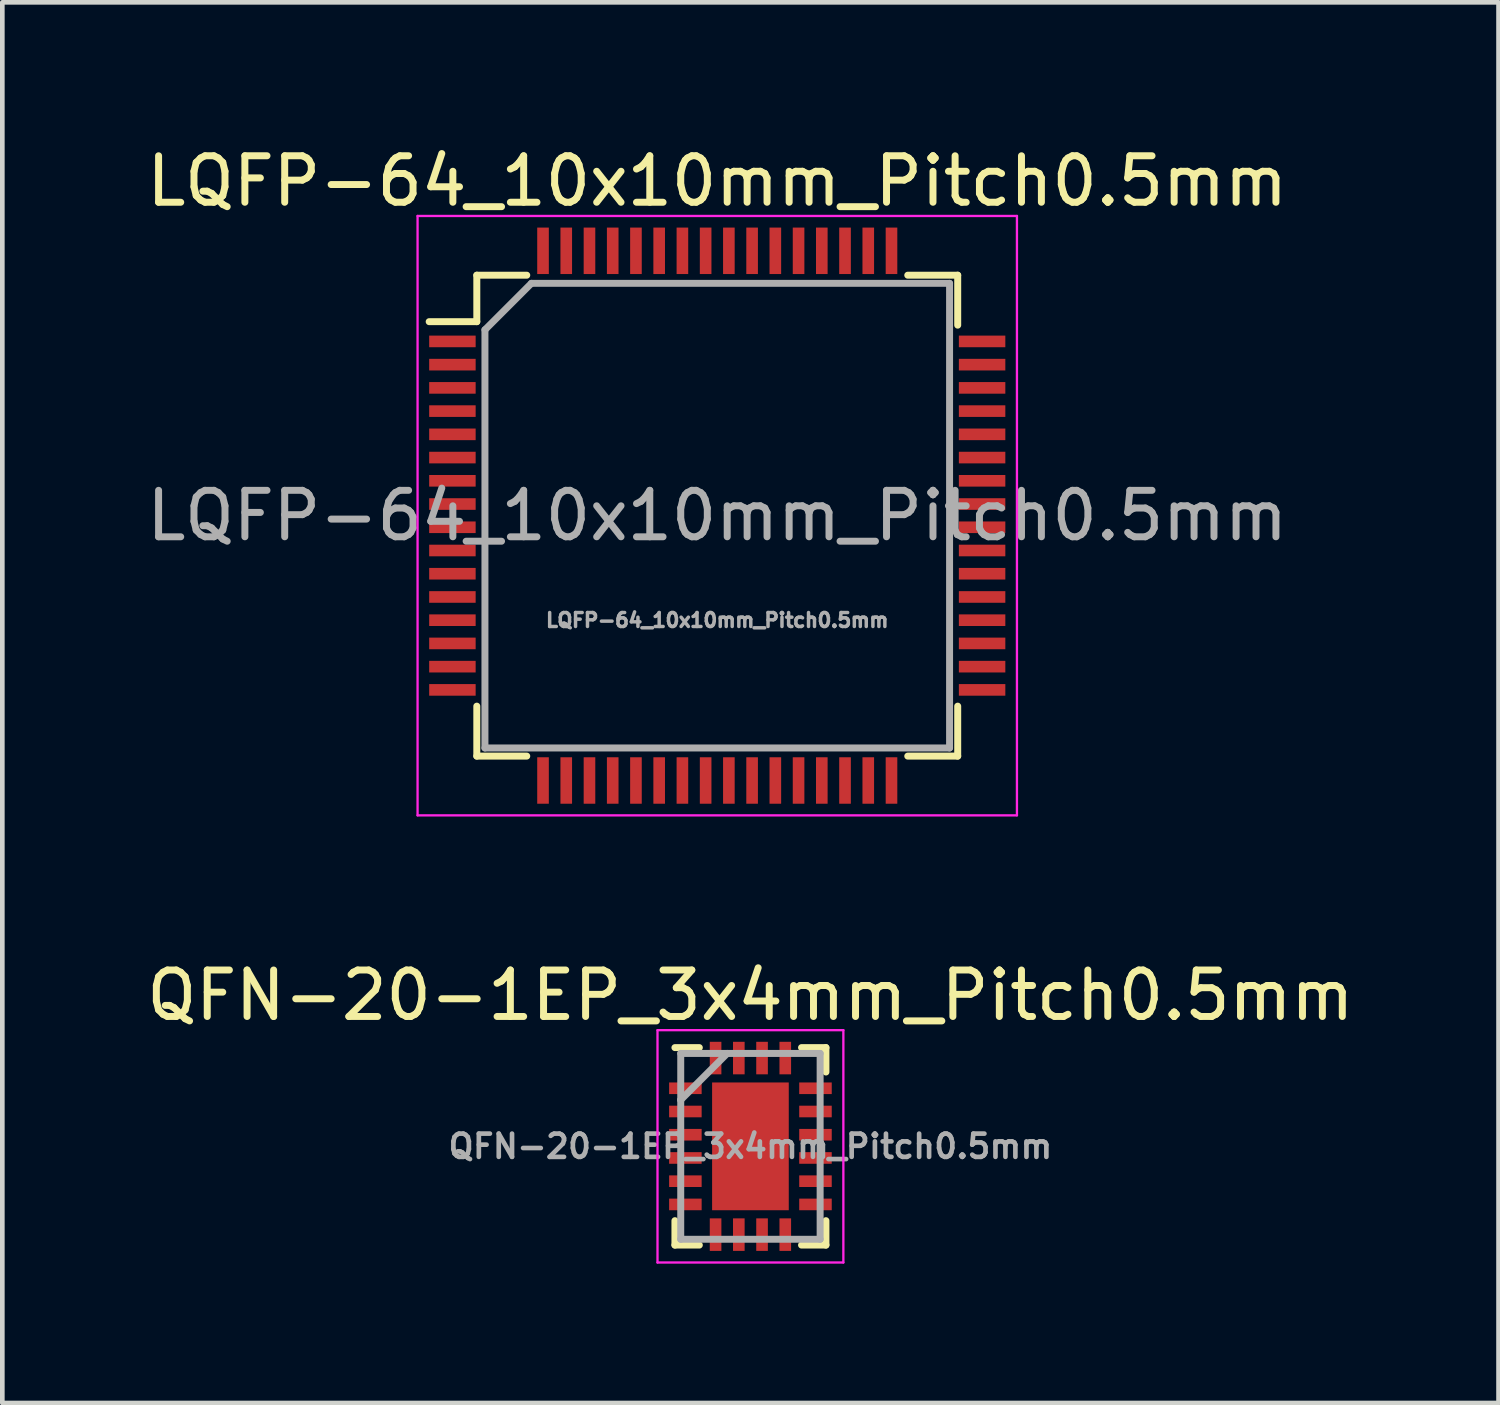
<source format=kicad_pcb>
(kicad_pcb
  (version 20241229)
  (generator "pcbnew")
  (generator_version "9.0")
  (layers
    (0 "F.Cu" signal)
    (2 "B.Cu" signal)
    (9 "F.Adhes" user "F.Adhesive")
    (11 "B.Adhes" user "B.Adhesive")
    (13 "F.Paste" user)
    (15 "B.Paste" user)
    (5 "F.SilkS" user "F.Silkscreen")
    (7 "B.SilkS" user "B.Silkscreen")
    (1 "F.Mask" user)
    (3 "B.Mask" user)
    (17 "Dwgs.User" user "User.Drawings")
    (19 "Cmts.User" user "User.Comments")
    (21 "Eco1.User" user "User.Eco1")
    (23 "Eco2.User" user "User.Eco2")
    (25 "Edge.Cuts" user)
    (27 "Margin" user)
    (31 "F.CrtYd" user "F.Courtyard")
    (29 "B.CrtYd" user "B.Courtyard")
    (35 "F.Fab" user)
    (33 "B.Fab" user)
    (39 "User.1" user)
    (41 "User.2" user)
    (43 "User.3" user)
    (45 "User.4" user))
  (footprint "QFN-20-1EP_3x4mm_Pitch0.5mm"
    (layer "F.Cu")
    (at 13.101 21.622)
    (property "Reference" "QFN-20-1EP_3x4mm_Pitch0.5mm" (at 0 -3.25 0) (layer "F.SilkS") (effects (font (size 1 1) (thickness 0.15))))
    (attr smd)
    (fp_line (start -1.625 -2.125) (end -1.1 -2.125) (stroke (width 0.15) (type solid)) (layer "F.SilkS"))
    (fp_line (start -1.625 2.125) (end -1.625 1.6) (stroke (width 0.15) (type solid)) (layer "F.SilkS"))
    (fp_line (start -1.625 2.125) (end -1.1 2.125) (stroke (width 0.15) (type solid)) (layer "F.SilkS"))
    (fp_line (start 1.625 -2.125) (end 1.1 -2.125) (stroke (width 0.15) (type solid)) (layer "F.SilkS"))
    (fp_line (start 1.625 -2.125) (end 1.625 -1.6) (stroke (width 0.15) (type solid)) (layer "F.SilkS"))
    (fp_line (start 1.625 2.125) (end 1.1 2.125) (stroke (width 0.15) (type solid)) (layer "F.SilkS"))
    (fp_line (start 1.625 2.125) (end 1.625 1.6) (stroke (width 0.15) (type solid)) (layer "F.SilkS"))
    (fp_line (start -2 -2.5) (end -2 2.5) (stroke (width 0.05) (type solid)) (layer "F.CrtYd"))
    (fp_line (start -2 -2.5) (end 2 -2.5) (stroke (width 0.05) (type solid)) (layer "F.CrtYd"))
    (fp_line (start -2 2.5) (end 2 2.5) (stroke (width 0.05) (type solid)) (layer "F.CrtYd"))
    (fp_line (start 2 -2.5) (end 2 2.5) (stroke (width 0.05) (type solid)) (layer "F.CrtYd"))
    (fp_line (start -1.5 -2) (end -1.5 -1) (stroke (width 0.15) (type solid)) (layer "F.Fab"))
    (fp_line (start -1.5 -1) (end -0.5 -2) (stroke (width 0.15) (type solid)) (layer "F.Fab"))
    (fp_line (start -1.5 2) (end -1.5 -1) (stroke (width 0.15) (type solid)) (layer "F.Fab"))
    (fp_line (start -0.5 -2) (end -1.5 -2) (stroke (width 0.15) (type solid)) (layer "F.Fab"))
    (fp_line (start -0.5 -2) (end 1.5 -2) (stroke (width 0.15) (type solid)) (layer "F.Fab"))
    (fp_line (start 1.5 -2) (end 1.5 2) (stroke (width 0.15) (type solid)) (layer "F.Fab"))
    (fp_line (start 1.5 2) (end -1.5 2) (stroke (width 0.15) (type solid)) (layer "F.Fab"))
    (fp_text user "${REFERENCE}" (at 0 0 0) (layer "F.Fab") (effects (font (size 0.5 0.5) (thickness 0.1))))
    (pad "1" smd rect (at -1.4 -1.25) (size 0.7 0.25) (layers "F.Cu" "F.Mask" "F.Paste"))
    (pad "2" smd rect (at -1.4 -0.75) (size 0.7 0.25) (layers "F.Cu" "F.Mask" "F.Paste"))
    (pad "3" smd rect (at -1.4 -0.25) (size 0.7 0.25) (layers "F.Cu" "F.Mask" "F.Paste"))
    (pad "4" smd rect (at -1.4 0.25) (size 0.7 0.25) (layers "F.Cu" "F.Mask" "F.Paste"))
    (pad "5" smd rect (at -1.4 0.75) (size 0.7 0.25) (layers "F.Cu" "F.Mask" "F.Paste"))
    (pad "6" smd rect (at -1.4 1.25) (size 0.7 0.25) (layers "F.Cu" "F.Mask" "F.Paste"))
    (pad "7" smd rect (at -0.75 1.9 90) (size 0.7 0.25) (layers "F.Cu" "F.Mask" "F.Paste"))
    (pad "8" smd rect (at -0.25 1.9 90) (size 0.7 0.25) (layers "F.Cu" "F.Mask" "F.Paste"))
    (pad "9" smd rect (at 0.25 1.9 90) (size 0.7 0.25) (layers "F.Cu" "F.Mask" "F.Paste"))
    (pad "10" smd rect (at 0.75 1.9 90) (size 0.7 0.25) (layers "F.Cu" "F.Mask" "F.Paste"))
    (pad "11" smd rect (at 1.4 1.25) (size 0.7 0.25) (layers "F.Cu" "F.Mask" "F.Paste"))
    (pad "12" smd rect (at 1.4 0.75) (size 0.7 0.25) (layers "F.Cu" "F.Mask" "F.Paste"))
    (pad "13" smd rect (at 1.4 0.25) (size 0.7 0.25) (layers "F.Cu" "F.Mask" "F.Paste"))
    (pad "14" smd rect (at 1.4 -0.25) (size 0.7 0.25) (layers "F.Cu" "F.Mask" "F.Paste"))
    (pad "15" smd rect (at 1.4 -0.75) (size 0.7 0.25) (layers "F.Cu" "F.Mask" "F.Paste"))
    (pad "16" smd rect (at 1.4 -1.25) (size 0.7 0.25) (layers "F.Cu" "F.Mask" "F.Paste"))
    (pad "17" smd rect (at 0.75 -1.9 90) (size 0.7 0.25) (layers "F.Cu" "F.Mask" "F.Paste"))
    (pad "18" smd rect (at 0.25 -1.9 90) (size 0.7 0.25) (layers "F.Cu" "F.Mask" "F.Paste"))
    (pad "19" smd rect (at -0.25 -1.9 90) (size 0.7 0.25) (layers "F.Cu" "F.Mask" "F.Paste"))
    (pad "20" smd rect (at -0.75 -1.9 90) (size 0.7 0.25) (layers "F.Cu" "F.Mask" "F.Paste"))
    (pad "21" smd rect (at 0 0) (size 1.65 2.75) (layers "F.Cu" "F.Mask" "F.Paste")))
  (footprint "LQFP-64_10x10mm_Pitch0.5mm"
    (layer "F.Cu")
    (at 12.387 8.048)
    (property "Reference" "LQFP-64_10x10mm_Pitch0.5mm" (at 0 -7.2 0) (layer "F.SilkS") (effects (font (size 1 1) (thickness 0.15))))
    (property "Value" "LQFP-64_10x10mm_Pitch0.5mm" (at 0 7.2 0) (layer "F.Fab") (hide yes) (effects (font (size 1 1) (thickness 0.15))))
    (attr smd)
    (fp_line (start -5.175 -5.175) (end -5.175 -4.175) (stroke (width 0.15) (type solid)) (layer "F.SilkS"))
    (fp_line (start -5.175 -5.175) (end -4.1 -5.175) (stroke (width 0.15) (type solid)) (layer "F.SilkS"))
    (fp_line (start -5.175 -4.175) (end -6.2 -4.175) (stroke (width 0.15) (type solid)) (layer "F.SilkS"))
    (fp_line (start -5.175 5.175) (end -5.175 4.1) (stroke (width 0.15) (type solid)) (layer "F.SilkS"))
    (fp_line (start -5.175 5.175) (end -4.1 5.175) (stroke (width 0.15) (type solid)) (layer "F.SilkS"))
    (fp_line (start 5.175 -5.175) (end 4.1 -5.175) (stroke (width 0.15) (type solid)) (layer "F.SilkS"))
    (fp_line (start 5.175 -5.175) (end 5.175 -4.1) (stroke (width 0.15) (type solid)) (layer "F.SilkS"))
    (fp_line (start 5.175 5.175) (end 4.1 5.175) (stroke (width 0.15) (type solid)) (layer "F.SilkS"))
    (fp_line (start 5.175 5.175) (end 5.175 4.1) (stroke (width 0.15) (type solid)) (layer "F.SilkS"))
    (fp_line (start -6.45 -6.45) (end -6.45 6.45) (stroke (width 0.05) (type solid)) (layer "F.CrtYd"))
    (fp_line (start -6.45 -6.45) (end 6.45 -6.45) (stroke (width 0.05) (type solid)) (layer "F.CrtYd"))
    (fp_line (start -6.45 6.45) (end 6.45 6.45) (stroke (width 0.05) (type solid)) (layer "F.CrtYd"))
    (fp_line (start 6.45 -6.45) (end 6.45 6.45) (stroke (width 0.05) (type solid)) (layer "F.CrtYd"))
    (fp_line (start -5 -4) (end -4 -5) (stroke (width 0.15) (type solid)) (layer "F.Fab"))
    (fp_line (start -5 5) (end -5 -4) (stroke (width 0.15) (type solid)) (layer "F.Fab"))
    (fp_line (start -4 -5) (end 5 -5) (stroke (width 0.15) (type solid)) (layer "F.Fab"))
    (fp_line (start 5 -5) (end 5 5) (stroke (width 0.15) (type solid)) (layer "F.Fab"))
    (fp_line (start 5 5) (end -5 5) (stroke (width 0.15) (type solid)) (layer "F.Fab"))
    (fp_text user "${VALUE}" (at 0 2.25 0) (layer "F.Fab") (effects (font (size 0.3 0.3) (thickness 0.075))))
    (fp_text user "${REFERENCE}" (at 0 0 0) (layer "F.Fab") (effects (font (size 1 1) (thickness 0.15))))
    (pad "1" smd rect (at -5.7 -3.75) (size 1 0.25) (layers "F.Cu" "F.Mask" "F.Paste"))
    (pad "2" smd rect (at -5.7 -3.25) (size 1 0.25) (layers "F.Cu" "F.Mask" "F.Paste"))
    (pad "3" smd rect (at -5.7 -2.75) (size 1 0.25) (layers "F.Cu" "F.Mask" "F.Paste"))
    (pad "4" smd rect (at -5.7 -2.25) (size 1 0.25) (layers "F.Cu" "F.Mask" "F.Paste"))
    (pad "5" smd rect (at -5.7 -1.75) (size 1 0.25) (layers "F.Cu" "F.Mask" "F.Paste"))
    (pad "6" smd rect (at -5.7 -1.25) (size 1 0.25) (layers "F.Cu" "F.Mask" "F.Paste"))
    (pad "7" smd rect (at -5.7 -0.75) (size 1 0.25) (layers "F.Cu" "F.Mask" "F.Paste"))
    (pad "8" smd rect (at -5.7 -0.25) (size 1 0.25) (layers "F.Cu" "F.Mask" "F.Paste"))
    (pad "9" smd rect (at -5.7 0.25) (size 1 0.25) (layers "F.Cu" "F.Mask" "F.Paste"))
    (pad "10" smd rect (at -5.7 0.75) (size 1 0.25) (layers "F.Cu" "F.Mask" "F.Paste"))
    (pad "11" smd rect (at -5.7 1.25) (size 1 0.25) (layers "F.Cu" "F.Mask" "F.Paste"))
    (pad "12" smd rect (at -5.7 1.75) (size 1 0.25) (layers "F.Cu" "F.Mask" "F.Paste"))
    (pad "13" smd rect (at -5.7 2.25) (size 1 0.25) (layers "F.Cu" "F.Mask" "F.Paste"))
    (pad "14" smd rect (at -5.7 2.75) (size 1 0.25) (layers "F.Cu" "F.Mask" "F.Paste"))
    (pad "15" smd rect (at -5.7 3.25) (size 1 0.25) (layers "F.Cu" "F.Mask" "F.Paste"))
    (pad "16" smd rect (at -5.7 3.75) (size 1 0.25) (layers "F.Cu" "F.Mask" "F.Paste"))
    (pad "17" smd rect (at -3.75 5.7 90) (size 1 0.25) (layers "F.Cu" "F.Mask" "F.Paste"))
    (pad "18" smd rect (at -3.25 5.7 90) (size 1 0.25) (layers "F.Cu" "F.Mask" "F.Paste"))
    (pad "19" smd rect (at -2.75 5.7 90) (size 1 0.25) (layers "F.Cu" "F.Mask" "F.Paste"))
    (pad "20" smd rect (at -2.25 5.7 90) (size 1 0.25) (layers "F.Cu" "F.Mask" "F.Paste"))
    (pad "21" smd rect (at -1.75 5.7 90) (size 1 0.25) (layers "F.Cu" "F.Mask" "F.Paste"))
    (pad "22" smd rect (at -1.25 5.7 90) (size 1 0.25) (layers "F.Cu" "F.Mask" "F.Paste"))
    (pad "23" smd rect (at -0.75 5.7 90) (size 1 0.25) (layers "F.Cu" "F.Mask" "F.Paste"))
    (pad "24" smd rect (at -0.25 5.7 90) (size 1 0.25) (layers "F.Cu" "F.Mask" "F.Paste"))
    (pad "25" smd rect (at 0.25 5.7 90) (size 1 0.25) (layers "F.Cu" "F.Mask" "F.Paste"))
    (pad "26" smd rect (at 0.75 5.7 90) (size 1 0.25) (layers "F.Cu" "F.Mask" "F.Paste"))
    (pad "27" smd rect (at 1.25 5.7 90) (size 1 0.25) (layers "F.Cu" "F.Mask" "F.Paste"))
    (pad "28" smd rect (at 1.75 5.7 90) (size 1 0.25) (layers "F.Cu" "F.Mask" "F.Paste"))
    (pad "29" smd rect (at 2.25 5.7 90) (size 1 0.25) (layers "F.Cu" "F.Mask" "F.Paste"))
    (pad "30" smd rect (at 2.75 5.7 90) (size 1 0.25) (layers "F.Cu" "F.Mask" "F.Paste"))
    (pad "31" smd rect (at 3.25 5.7 90) (size 1 0.25) (layers "F.Cu" "F.Mask" "F.Paste"))
    (pad "32" smd rect (at 3.75 5.7 90) (size 1 0.25) (layers "F.Cu" "F.Mask" "F.Paste"))
    (pad "33" smd rect (at 5.7 3.75) (size 1 0.25) (layers "F.Cu" "F.Mask" "F.Paste"))
    (pad "34" smd rect (at 5.7 3.25) (size 1 0.25) (layers "F.Cu" "F.Mask" "F.Paste"))
    (pad "35" smd rect (at 5.7 2.75) (size 1 0.25) (layers "F.Cu" "F.Mask" "F.Paste"))
    (pad "36" smd rect (at 5.7 2.25) (size 1 0.25) (layers "F.Cu" "F.Mask" "F.Paste"))
    (pad "37" smd rect (at 5.7 1.75) (size 1 0.25) (layers "F.Cu" "F.Mask" "F.Paste"))
    (pad "38" smd rect (at 5.7 1.25) (size 1 0.25) (layers "F.Cu" "F.Mask" "F.Paste"))
    (pad "39" smd rect (at 5.7 0.75) (size 1 0.25) (layers "F.Cu" "F.Mask" "F.Paste"))
    (pad "40" smd rect (at 5.7 0.25) (size 1 0.25) (layers "F.Cu" "F.Mask" "F.Paste"))
    (pad "41" smd rect (at 5.7 -0.25) (size 1 0.25) (layers "F.Cu" "F.Mask" "F.Paste"))
    (pad "42" smd rect (at 5.7 -0.75) (size 1 0.25) (layers "F.Cu" "F.Mask" "F.Paste"))
    (pad "43" smd rect (at 5.7 -1.25) (size 1 0.25) (layers "F.Cu" "F.Mask" "F.Paste"))
    (pad "44" smd rect (at 5.7 -1.75) (size 1 0.25) (layers "F.Cu" "F.Mask" "F.Paste"))
    (pad "45" smd rect (at 5.7 -2.25) (size 1 0.25) (layers "F.Cu" "F.Mask" "F.Paste"))
    (pad "46" smd rect (at 5.7 -2.75) (size 1 0.25) (layers "F.Cu" "F.Mask" "F.Paste"))
    (pad "47" smd rect (at 5.7 -3.25) (size 1 0.25) (layers "F.Cu" "F.Mask" "F.Paste"))
    (pad "48" smd rect (at 5.7 -3.75) (size 1 0.25) (layers "F.Cu" "F.Mask" "F.Paste"))
    (pad "49" smd rect (at 3.75 -5.7 90) (size 1 0.25) (layers "F.Cu" "F.Mask" "F.Paste"))
    (pad "50" smd rect (at 3.25 -5.7 90) (size 1 0.25) (layers "F.Cu" "F.Mask" "F.Paste"))
    (pad "51" smd rect (at 2.75 -5.7 90) (size 1 0.25) (layers "F.Cu" "F.Mask" "F.Paste"))
    (pad "52" smd rect (at 2.25 -5.7 90) (size 1 0.25) (layers "F.Cu" "F.Mask" "F.Paste"))
    (pad "53" smd rect (at 1.75 -5.7 90) (size 1 0.25) (layers "F.Cu" "F.Mask" "F.Paste"))
    (pad "54" smd rect (at 1.25 -5.7 90) (size 1 0.25) (layers "F.Cu" "F.Mask" "F.Paste"))
    (pad "55" smd rect (at 0.75 -5.7 90) (size 1 0.25) (layers "F.Cu" "F.Mask" "F.Paste"))
    (pad "56" smd rect (at 0.25 -5.7 90) (size 1 0.25) (layers "F.Cu" "F.Mask" "F.Paste"))
    (pad "57" smd rect (at -0.25 -5.7 90) (size 1 0.25) (layers "F.Cu" "F.Mask" "F.Paste"))
    (pad "58" smd rect (at -0.75 -5.7 90) (size 1 0.25) (layers "F.Cu" "F.Mask" "F.Paste"))
    (pad "59" smd rect (at -1.25 -5.7 90) (size 1 0.25) (layers "F.Cu" "F.Mask" "F.Paste"))
    (pad "60" smd rect (at -1.75 -5.7 90) (size 1 0.25) (layers "F.Cu" "F.Mask" "F.Paste"))
    (pad "61" smd rect (at -2.25 -5.7 90) (size 1 0.25) (layers "F.Cu" "F.Mask" "F.Paste"))
    (pad "62" smd rect (at -2.75 -5.7 90) (size 1 0.25) (layers "F.Cu" "F.Mask" "F.Paste"))
    (pad "63" smd rect (at -3.25 -5.7 90) (size 1 0.25) (layers "F.Cu" "F.Mask" "F.Paste"))
    (pad "64" smd rect (at -3.75 -5.7 90) (size 1 0.25) (layers "F.Cu" "F.Mask" "F.Paste")))
  (gr_rect
    (start -3 -3)
    (end 29.202 27.146)
    (stroke (width 0.1) (type default))
    (fill no)
    (layer "Edge.Cuts")))
</source>
